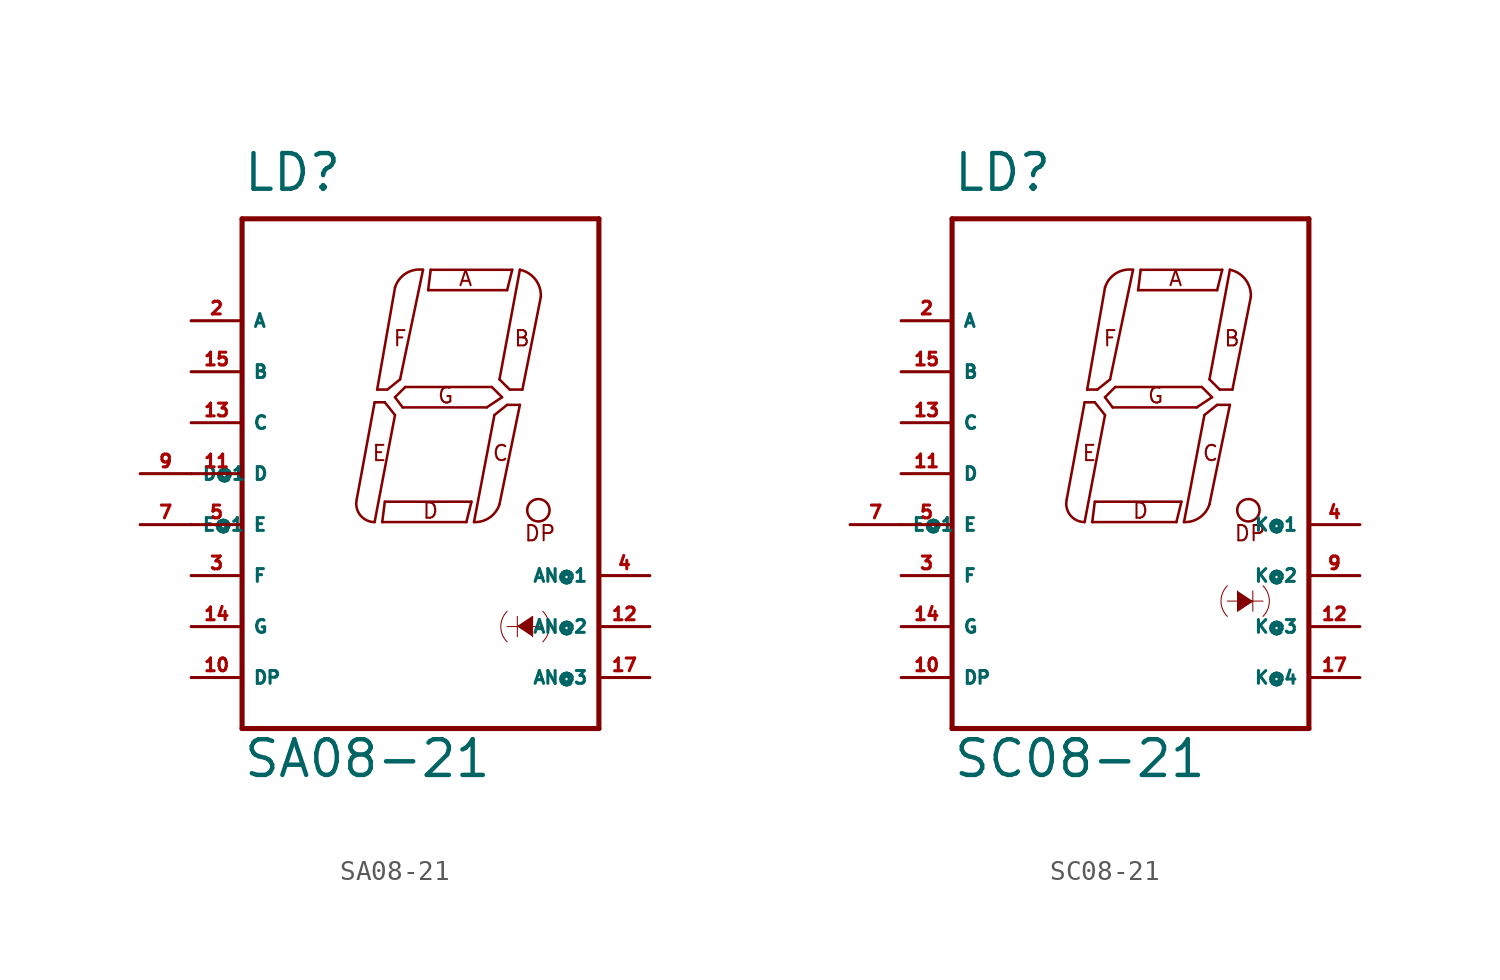
<source format=kicad_sym>
(kicad_symbol_lib
  (version 20220914)
  (generator kicad_symbol_editor)
  (symbol "SA08-21"
    (property "Reference" "LD"
      (at -10.16 16.51 0)
      (effects (font (size 1.778 1.778) (thickness 0.22)) (justify left bottom)))
    (property "Value" "SA08-21"
      (at -10.16 -12.7 0)
      (effects (font (size 1.778 1.778) (thickness 0.22)) (justify left bottom)))
    (symbol "SA08-21_1_1"
      (arc (start -4.445 1.27) (mid -4.281 0.48) (end -3.556 0.127) (stroke (width 0.127) (type default)) (fill (type none)))
      (arc (start -1.143 12.7) (mid -2.006 12.514) (end -2.54 11.811) (stroke (width 0.127) (type default)) (fill (type none)))
      (polyline (pts (xy -10.16 -10.16) (xy -10.16 15.24)) (stroke (width 0.254) (type default)) (fill (type none)))
      (polyline (pts (xy -10.16 15.24) (xy 7.62 15.24)) (stroke (width 0.254) (type default)) (fill (type none)))
      (polyline (pts (xy -4.445 1.27) (xy -3.556 6.096)) (stroke (width 0.127) (type default)) (fill (type none)))
      (polyline (pts (xy -3.556 6.096) (xy -3.048 6.096)) (stroke (width 0.127) (type default)) (fill (type none)))
      (polyline (pts (xy -3.429 6.731) (xy -2.54 11.811)) (stroke (width 0.127) (type default)) (fill (type none)))
      (polyline (pts (xy -3.175 0.127) (xy -3.048 1.143)) (stroke (width 0.127) (type default)) (fill (type none)))
      (polyline (pts (xy -3.048 1.143) (xy 1.27 1.143)) (stroke (width 0.127) (type default)) (fill (type none)))
      (polyline (pts (xy -3.048 6.096) (xy -2.54 5.461)) (stroke (width 0.127) (type default)) (fill (type none)))
      (polyline (pts (xy -2.921 6.731) (xy -3.429 6.731)) (stroke (width 0.127) (type default)) (fill (type none)))
      (polyline (pts (xy -2.54 5.461) (xy -3.556 0.127)) (stroke (width 0.127) (type default)) (fill (type none)))
      (polyline (pts (xy -2.54 6.35) (xy -2.032 6.858)) (stroke (width 0.127) (type default)) (fill (type none)))
      (polyline (pts (xy -2.286 7.239) (xy -2.921 6.731)) (stroke (width 0.127) (type default)) (fill (type none)))
      (polyline (pts (xy -2.159 5.842) (xy -2.54 6.35)) (stroke (width 0.127) (type default)) (fill (type none)))
      (polyline (pts (xy -2.032 6.858) (xy 2.286 6.858)) (stroke (width 0.127) (type default)) (fill (type none)))
      (polyline (pts (xy -1.143 12.7) (xy -2.286 7.239)) (stroke (width 0.127) (type default)) (fill (type none)))
      (polyline (pts (xy -0.889 11.684) (xy -0.762 12.7)) (stroke (width 0.127) (type default)) (fill (type none)))
      (polyline (pts (xy -0.762 12.7) (xy 3.302 12.7)) (stroke (width 0.127) (type default)) (fill (type none)))
      (polyline (pts (xy 1.016 0.127) (xy -3.175 0.127)) (stroke (width 0.127) (type default)) (fill (type none)))
      (polyline (pts (xy 1.27 1.143) (xy 1.016 0.127)) (stroke (width 0.127) (type default)) (fill (type none)))
      (polyline (pts (xy 1.397 0.127) (xy 2.413 5.461)) (stroke (width 0.127) (type default)) (fill (type none)))
      (polyline (pts (xy 2.032 5.842) (xy -2.159 5.842)) (stroke (width 0.127) (type default)) (fill (type none)))
      (polyline (pts (xy 2.286 6.858) (xy 2.794 6.35)) (stroke (width 0.127) (type default)) (fill (type none)))
      (polyline (pts (xy 2.413 5.461) (xy 3.048 5.969)) (stroke (width 0.127) (type default)) (fill (type none)))
      (polyline (pts (xy 2.667 7.239) (xy 3.683 12.7)) (stroke (width 0.127) (type default)) (fill (type none)))
      (polyline (pts (xy 2.794 6.35) (xy 2.032 5.842)) (stroke (width 0.127) (type default)) (fill (type none)))
      (polyline (pts (xy 3.048 5.969) (xy 3.683 5.969)) (stroke (width 0.127) (type default)) (fill (type none)))
      (polyline (pts (xy 3.048 11.684) (xy -0.889 11.684)) (stroke (width 0.127) (type default)) (fill (type none)))
      (polyline (pts (xy 3.175 6.731) (xy 2.667 7.239)) (stroke (width 0.127) (type default)) (fill (type none)))
      (polyline (pts (xy 3.302 12.7) (xy 3.048 11.684)) (stroke (width 0.127) (type default)) (fill (type none)))
      (polyline (pts (xy 3.556 -5.588) (xy 3.556 -4.572)) (stroke (width 0.051) (type default)) (fill (type none)))
      (polyline (pts (xy 3.683 5.969) (xy 2.667 1.016)) (stroke (width 0.127) (type default)) (fill (type none)))
      (polyline (pts (xy 3.81 6.731) (xy 3.175 6.731)) (stroke (width 0.127) (type default)) (fill (type none)))
      (polyline (pts (xy 4.73 11.362) (xy 3.81 6.731)) (stroke (width 0.127) (type default)) (fill (type none)))
      (polyline (pts (xy 4.826 -5.08) (xy 3.048 -5.08)) (stroke (width 0.051) (type default)) (fill (type none)))
      (polyline (pts (xy 7.62 -10.16) (xy -10.16 -10.16)) (stroke (width 0.254) (type default)) (fill (type none)))
      (polyline (pts (xy 7.62 15.24) (xy 7.62 -10.16)) (stroke (width 0.254) (type default)) (fill (type none)))
      (polyline (pts (xy 4.318 -5.588) (xy 4.318 -4.572) (xy 3.556 -5.08)) (stroke (width 0.051) (type default)) (fill (type outline)))
      (arc (start 1.397 0.127) (mid 2.183 0.356) (end 2.667 1.016) (stroke (width 0.127) (type default)) (fill (type none)))
      (arc (start 3.048 -4.318) (mid 2.732 -5.08) (end 3.048 -5.842) (stroke (width 0.0508) (type default)) (fill (type none)))
      (circle (center 4.605 0.717) (radius 0.558) (stroke (width 0.127) (type default)) (fill (type none)))
      (arc (start 4.7301 11.3616) (mid 4.454 12.224) (end 3.683 12.7) (stroke (width 0.127) (type default)) (fill (type none)))
      (arc (start 4.826 -5.842) (mid 5.142 -5.08) (end 4.826 -4.318) (stroke (width 0.0508) (type default)) (fill (type none)))
      (text "A" (at 0.585 11.833 0) (effects (font (size 0.762 0.762) (thickness 0.1)) (justify left bottom)))
      (text "B" (at 3.341 8.834 0) (effects (font (size 0.762 0.762) (thickness 0.1)) (justify left bottom)))
      (text "C" (at 2.27 3.116 0) (effects (font (size 0.762 0.762) (thickness 0.1)) (justify left bottom)))
      (text "D" (at -1.217 0.246 0) (effects (font (size 0.762 0.762) (thickness 0.1)) (justify left bottom)))
      (text "DP" (at 3.858 -0.88 0) (effects (font (size 0.762 0.762) (thickness 0.1)) (justify left bottom)))
      (text "E" (at -3.727 3.116 0) (effects (font (size 0.762 0.762) (thickness 0.1)) (justify left bottom)))
      (text "F" (at -2.677 8.834 0) (effects (font (size 0.762 0.762) (thickness 0.1)) (justify left bottom)))
      (text "G" (at -0.465 5.986 0) (effects (font (size 0.762 0.762) (thickness 0.1)) (justify left bottom)))
      (pin passive line (at -12.7 -7.62 0) (length 2.54) (name "DP" (effects (font (size 0.635 0.635)))) (number "10" (effects (font (size 0.635 0.635)))))
      (pin passive line (at -12.7 2.54 0) (length 2.54) (name "D" (effects (font (size 0.635 0.635)))) (number "11" (effects (font (size 0.635 0.635)))))
      (pin passive line (at 10.16 -5.08 180) (length 2.54) (name "AN@2" (effects (font (size 0.635 0.635)))) (number "12" (effects (font (size 0.635 0.635)))))
      (pin passive line (at -12.7 5.08 0) (length 2.54) (name "C" (effects (font (size 0.635 0.635)))) (number "13" (effects (font (size 0.635 0.635)))))
      (pin passive line (at -12.7 -5.08 0) (length 2.54) (name "G" (effects (font (size 0.635 0.635)))) (number "14" (effects (font (size 0.635 0.635)))))
      (pin passive line (at -12.7 7.62 0) (length 2.54) (name "B" (effects (font (size 0.635 0.635)))) (number "15" (effects (font (size 0.635 0.635)))))
      (pin passive line (at 10.16 -7.62 180) (length 2.54) (name "AN@3" (effects (font (size 0.635 0.635)))) (number "17" (effects (font (size 0.635 0.635)))))
      (pin passive line (at -12.7 10.16 0) (length 2.54) (name "A" (effects (font (size 0.635 0.635)))) (number "2" (effects (font (size 0.635 0.635)))))
      (pin passive line (at -12.7 -2.54 0) (length 2.54) (name "F" (effects (font (size 0.635 0.635)))) (number "3" (effects (font (size 0.635 0.635)))))
      (pin passive line (at 10.16 -2.54 180) (length 2.54) (name "AN@1" (effects (font (size 0.635 0.635)))) (number "4" (effects (font (size 0.635 0.635)))))
      (pin passive line (at -12.7 0 0) (length 2.54) (name "E" (effects (font (size 0.635 0.635)))) (number "5" (effects (font (size 0.635 0.635)))))
      (pin passive line (at -15.24 0 0) (length 2.54) (name "E@1" (effects (font (size 0.635 0.635)))) (number "7" (effects (font (size 0.635 0.635)))))
      (pin passive line (at -15.24 2.54 0) (length 2.54) (name "D@1" (effects (font (size 0.635 0.635)))) (number "9" (effects (font (size 0.635 0.635)))))))
  (symbol "SC08-21"
    (property "Reference" "LD"
      (at -10.16 16.51 0)
      (effects (font (size 1.778 1.778) (thickness 0.22)) (justify left bottom)))
    (property "Value" "SC08-21"
      (at -10.16 -12.7 0)
      (effects (font (size 1.778 1.778) (thickness 0.22)) (justify left bottom)))
    (symbol "SC08-21_1_1"
      (arc (start -4.445 1.27) (mid -4.281 0.48) (end -3.556 0.127) (stroke (width 0.127) (type default)) (fill (type none)))
      (arc (start -1.143 12.7) (mid -2.006 12.514) (end -2.54 11.811) (stroke (width 0.127) (type default)) (fill (type none)))
      (polyline (pts (xy -10.16 -10.16) (xy -10.16 15.24)) (stroke (width 0.254) (type default)) (fill (type none)))
      (polyline (pts (xy -10.16 15.24) (xy 7.62 15.24)) (stroke (width 0.254) (type default)) (fill (type none)))
      (polyline (pts (xy -4.445 1.27) (xy -3.556 6.096)) (stroke (width 0.127) (type default)) (fill (type none)))
      (polyline (pts (xy -3.556 6.096) (xy -3.048 6.096)) (stroke (width 0.127) (type default)) (fill (type none)))
      (polyline (pts (xy -3.429 6.731) (xy -2.54 11.811)) (stroke (width 0.127) (type default)) (fill (type none)))
      (polyline (pts (xy -3.175 0.127) (xy -3.048 1.143)) (stroke (width 0.127) (type default)) (fill (type none)))
      (polyline (pts (xy -3.048 1.143) (xy 1.27 1.143)) (stroke (width 0.127) (type default)) (fill (type none)))
      (polyline (pts (xy -3.048 6.096) (xy -2.54 5.461)) (stroke (width 0.127) (type default)) (fill (type none)))
      (polyline (pts (xy -2.921 6.731) (xy -3.429 6.731)) (stroke (width 0.127) (type default)) (fill (type none)))
      (polyline (pts (xy -2.54 5.461) (xy -3.556 0.127)) (stroke (width 0.127) (type default)) (fill (type none)))
      (polyline (pts (xy -2.54 6.35) (xy -2.032 6.858)) (stroke (width 0.127) (type default)) (fill (type none)))
      (polyline (pts (xy -2.286 7.239) (xy -2.921 6.731)) (stroke (width 0.127) (type default)) (fill (type none)))
      (polyline (pts (xy -2.159 5.842) (xy -2.54 6.35)) (stroke (width 0.127) (type default)) (fill (type none)))
      (polyline (pts (xy -2.032 6.858) (xy 2.286 6.858)) (stroke (width 0.127) (type default)) (fill (type none)))
      (polyline (pts (xy -1.143 12.7) (xy -2.286 7.239)) (stroke (width 0.127) (type default)) (fill (type none)))
      (polyline (pts (xy -0.889 11.684) (xy -0.762 12.7)) (stroke (width 0.127) (type default)) (fill (type none)))
      (polyline (pts (xy -0.762 12.7) (xy 3.302 12.7)) (stroke (width 0.127) (type default)) (fill (type none)))
      (polyline (pts (xy 1.016 0.127) (xy -3.175 0.127)) (stroke (width 0.127) (type default)) (fill (type none)))
      (polyline (pts (xy 1.27 1.143) (xy 1.016 0.127)) (stroke (width 0.127) (type default)) (fill (type none)))
      (polyline (pts (xy 1.397 0.127) (xy 2.413 5.461)) (stroke (width 0.127) (type default)) (fill (type none)))
      (polyline (pts (xy 2.032 5.842) (xy -2.159 5.842)) (stroke (width 0.127) (type default)) (fill (type none)))
      (polyline (pts (xy 2.286 6.858) (xy 2.794 6.35)) (stroke (width 0.127) (type default)) (fill (type none)))
      (polyline (pts (xy 2.413 5.461) (xy 3.048 5.969)) (stroke (width 0.127) (type default)) (fill (type none)))
      (polyline (pts (xy 2.667 7.239) (xy 3.683 12.7)) (stroke (width 0.127) (type default)) (fill (type none)))
      (polyline (pts (xy 2.794 6.35) (xy 2.032 5.842)) (stroke (width 0.127) (type default)) (fill (type none)))
      (polyline (pts (xy 3.048 5.969) (xy 3.683 5.969)) (stroke (width 0.127) (type default)) (fill (type none)))
      (polyline (pts (xy 3.048 11.684) (xy -0.889 11.684)) (stroke (width 0.127) (type default)) (fill (type none)))
      (polyline (pts (xy 3.175 6.731) (xy 2.667 7.239)) (stroke (width 0.127) (type default)) (fill (type none)))
      (polyline (pts (xy 3.302 12.7) (xy 3.048 11.684)) (stroke (width 0.127) (type default)) (fill (type none)))
      (polyline (pts (xy 3.556 -3.81) (xy 5.334 -3.81)) (stroke (width 0.051) (type default)) (fill (type none)))
      (polyline (pts (xy 3.683 5.969) (xy 2.667 1.016)) (stroke (width 0.127) (type default)) (fill (type none)))
      (polyline (pts (xy 3.81 6.731) (xy 3.175 6.731)) (stroke (width 0.127) (type default)) (fill (type none)))
      (polyline (pts (xy 4.73 11.362) (xy 3.81 6.731)) (stroke (width 0.127) (type default)) (fill (type none)))
      (polyline (pts (xy 4.826 -3.302) (xy 4.826 -4.318)) (stroke (width 0.051) (type default)) (fill (type none)))
      (polyline (pts (xy 7.62 -10.16) (xy -10.16 -10.16)) (stroke (width 0.254) (type default)) (fill (type none)))
      (polyline (pts (xy 7.62 15.24) (xy 7.62 -10.16)) (stroke (width 0.254) (type default)) (fill (type none)))
      (polyline (pts (xy 4.064 -3.302) (xy 4.064 -4.318) (xy 4.826 -3.81)) (stroke (width 0.051) (type default)) (fill (type outline)))
      (arc (start 1.397 0.127) (mid 2.183 0.356) (end 2.667 1.016) (stroke (width 0.127) (type default)) (fill (type none)))
      (arc (start 3.556 -3.048) (mid 3.24 -3.81) (end 3.556 -4.572) (stroke (width 0.0508) (type default)) (fill (type none)))
      (circle (center 4.605 0.717) (radius 0.558) (stroke (width 0.127) (type default)) (fill (type none)))
      (arc (start 4.7301 11.3616) (mid 4.454 12.224) (end 3.683 12.7) (stroke (width 0.127) (type default)) (fill (type none)))
      (arc (start 5.334 -4.572) (mid 5.65 -3.81) (end 5.334 -3.048) (stroke (width 0.0508) (type default)) (fill (type none)))
      (text "A" (at 0.585 11.833 0) (effects (font (size 0.762 0.762) (thickness 0.1)) (justify left bottom)))
      (text "B" (at 3.341 8.834 0) (effects (font (size 0.762 0.762) (thickness 0.1)) (justify left bottom)))
      (text "C" (at 2.27 3.116 0) (effects (font (size 0.762 0.762) (thickness 0.1)) (justify left bottom)))
      (text "D" (at -1.217 0.246 0) (effects (font (size 0.762 0.762) (thickness 0.1)) (justify left bottom)))
      (text "DP" (at 3.858 -0.88 0) (effects (font (size 0.762 0.762) (thickness 0.1)) (justify left bottom)))
      (text "E" (at -3.727 3.116 0) (effects (font (size 0.762 0.762) (thickness 0.1)) (justify left bottom)))
      (text "F" (at -2.677 8.834 0) (effects (font (size 0.762 0.762) (thickness 0.1)) (justify left bottom)))
      (text "G" (at -0.465 5.986 0) (effects (font (size 0.762 0.762) (thickness 0.1)) (justify left bottom)))
      (pin passive line (at -12.7 -7.62 0) (length 2.54) (name "DP" (effects (font (size 0.635 0.635)))) (number "10" (effects (font (size 0.635 0.635)))))
      (pin passive line (at -12.7 2.54 0) (length 2.54) (name "D" (effects (font (size 0.635 0.635)))) (number "11" (effects (font (size 0.635 0.635)))))
      (pin passive line (at 10.16 -5.08 180) (length 2.54) (name "K@3" (effects (font (size 0.635 0.635)))) (number "12" (effects (font (size 0.635 0.635)))))
      (pin passive line (at -12.7 5.08 0) (length 2.54) (name "C" (effects (font (size 0.635 0.635)))) (number "13" (effects (font (size 0.635 0.635)))))
      (pin passive line (at -12.7 -5.08 0) (length 2.54) (name "G" (effects (font (size 0.635 0.635)))) (number "14" (effects (font (size 0.635 0.635)))))
      (pin passive line (at -12.7 7.62 0) (length 2.54) (name "B" (effects (font (size 0.635 0.635)))) (number "15" (effects (font (size 0.635 0.635)))))
      (pin passive line (at 10.16 -7.62 180) (length 2.54) (name "K@4" (effects (font (size 0.635 0.635)))) (number "17" (effects (font (size 0.635 0.635)))))
      (pin passive line (at -12.7 10.16 0) (length 2.54) (name "A" (effects (font (size 0.635 0.635)))) (number "2" (effects (font (size 0.635 0.635)))))
      (pin passive line (at -12.7 -2.54 0) (length 2.54) (name "F" (effects (font (size 0.635 0.635)))) (number "3" (effects (font (size 0.635 0.635)))))
      (pin passive line (at 10.16 0 180) (length 2.54) (name "K@1" (effects (font (size 0.635 0.635)))) (number "4" (effects (font (size 0.635 0.635)))))
      (pin passive line (at -12.7 0 0) (length 2.54) (name "E" (effects (font (size 0.635 0.635)))) (number "5" (effects (font (size 0.635 0.635)))))
      (pin passive line (at -15.24 0 0) (length 2.54) (name "E@1" (effects (font (size 0.635 0.635)))) (number "7" (effects (font (size 0.635 0.635)))))
      (pin passive line (at 10.16 -2.54 180) (length 2.54) (name "K@2" (effects (font (size 0.635 0.635)))) (number "9" (effects (font (size 0.635 0.635))))))))
</source>
